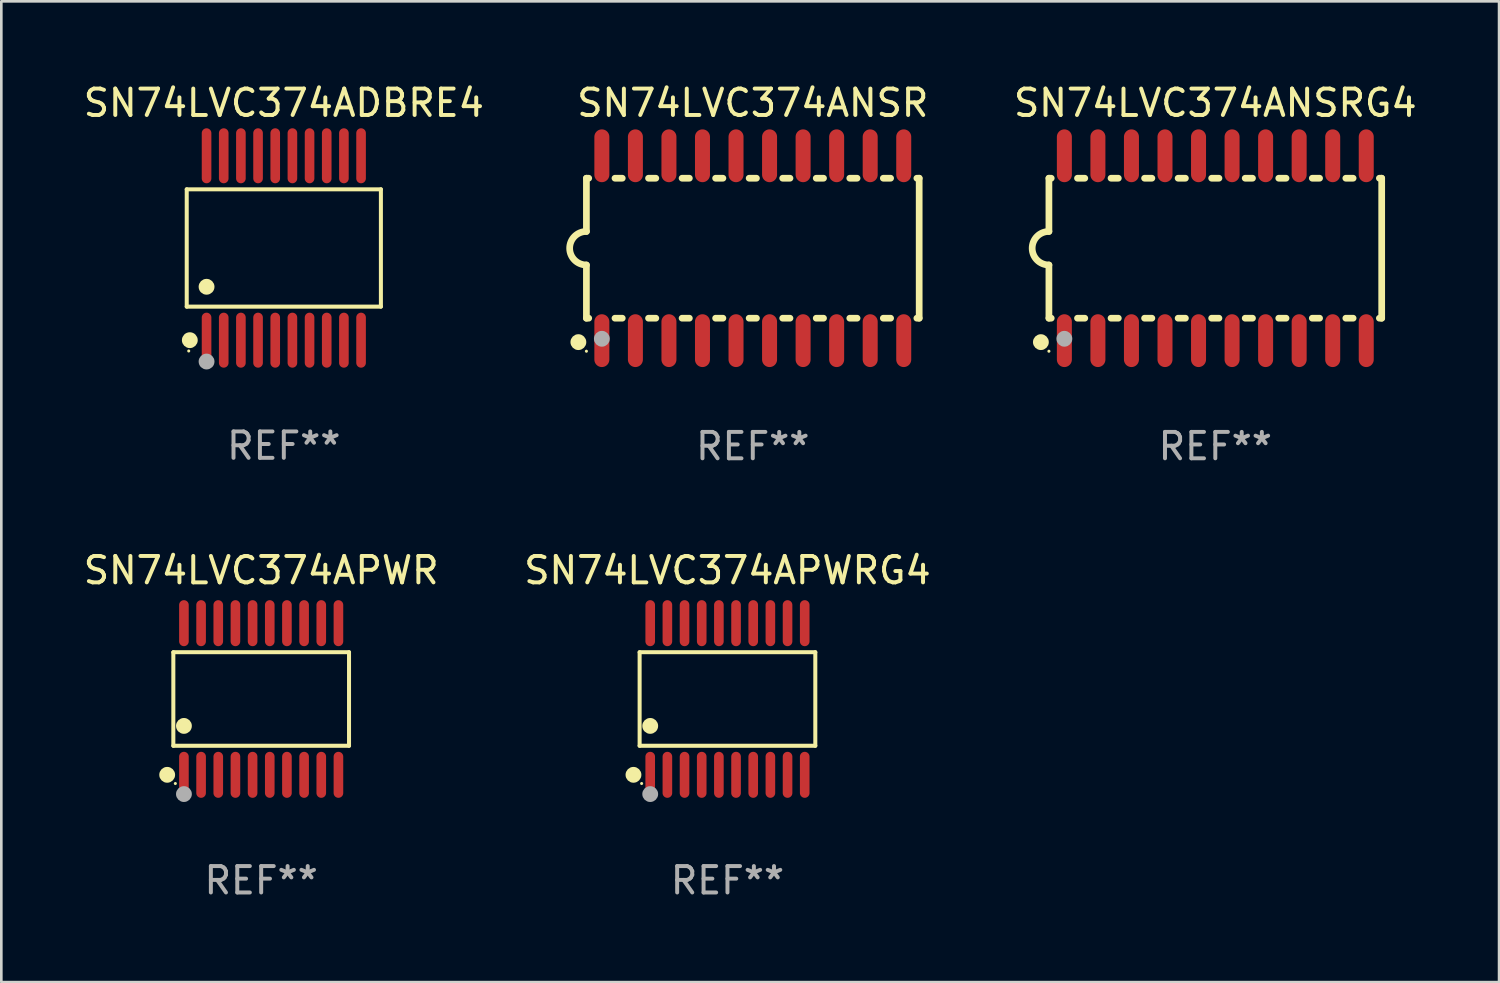
<source format=kicad_pcb>
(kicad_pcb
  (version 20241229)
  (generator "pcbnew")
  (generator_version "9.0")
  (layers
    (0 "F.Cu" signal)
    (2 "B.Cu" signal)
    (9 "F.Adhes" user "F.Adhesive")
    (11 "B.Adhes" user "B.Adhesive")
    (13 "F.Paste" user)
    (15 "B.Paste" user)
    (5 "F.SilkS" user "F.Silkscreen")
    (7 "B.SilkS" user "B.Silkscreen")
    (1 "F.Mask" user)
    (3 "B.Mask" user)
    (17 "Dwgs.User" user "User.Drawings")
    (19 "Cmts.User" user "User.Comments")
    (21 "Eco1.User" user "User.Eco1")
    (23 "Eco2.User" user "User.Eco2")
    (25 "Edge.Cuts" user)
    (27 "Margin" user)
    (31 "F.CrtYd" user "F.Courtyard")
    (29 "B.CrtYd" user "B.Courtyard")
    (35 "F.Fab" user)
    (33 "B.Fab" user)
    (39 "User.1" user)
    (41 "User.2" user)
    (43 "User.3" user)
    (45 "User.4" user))
  (footprint "SN74LVC374ANSR"
    (layer "F.Cu")
    (at 25.453 6.348)
    (property "Reference" "SN74LVC374ANSR" (at 0 -5.5 0) (layer "F.SilkS") (effects (font (size 1 1) (thickness 0.15))))
    (attr through_hole)
    (fp_line (start -6.3 -2.65) (end -6.3 -0.635) (stroke (width 0.254) (type solid)) (layer "F.SilkS"))
    (fp_line (start -6.3 -2.65) (end -6.212 -2.65) (stroke (width 0.254) (type solid)) (layer "F.SilkS"))
    (fp_line (start -6.3 2.65) (end -6.3 0.635) (stroke (width 0.254) (type solid)) (layer "F.SilkS"))
    (fp_line (start -6.3 2.65) (end -6.212 2.65) (stroke (width 0.254) (type solid)) (layer "F.SilkS"))
    (fp_line (start -5.218 -2.65) (end -4.942 -2.65) (stroke (width 0.254) (type solid)) (layer "F.SilkS"))
    (fp_line (start -5.218 2.65) (end -4.942 2.65) (stroke (width 0.254) (type solid)) (layer "F.SilkS"))
    (fp_line (start -3.948 -2.65) (end -3.672 -2.65) (stroke (width 0.254) (type solid)) (layer "F.SilkS"))
    (fp_line (start -3.948 2.65) (end -3.672 2.65) (stroke (width 0.254) (type solid)) (layer "F.SilkS"))
    (fp_line (start -2.678 -2.65) (end -2.402 -2.65) (stroke (width 0.254) (type solid)) (layer "F.SilkS"))
    (fp_line (start -2.678 2.65) (end -2.402 2.65) (stroke (width 0.254) (type solid)) (layer "F.SilkS"))
    (fp_line (start -1.408 -2.65) (end -1.132 -2.65) (stroke (width 0.254) (type solid)) (layer "F.SilkS"))
    (fp_line (start -1.408 2.65) (end -1.132 2.65) (stroke (width 0.254) (type solid)) (layer "F.SilkS"))
    (fp_line (start -0.138 -2.65) (end 0.138 -2.65) (stroke (width 0.254) (type solid)) (layer "F.SilkS"))
    (fp_line (start -0.138 2.65) (end 0.138 2.65) (stroke (width 0.254) (type solid)) (layer "F.SilkS"))
    (fp_line (start 1.132 -2.65) (end 1.408 -2.65) (stroke (width 0.254) (type solid)) (layer "F.SilkS"))
    (fp_line (start 1.132 2.65) (end 1.408 2.65) (stroke (width 0.254) (type solid)) (layer "F.SilkS"))
    (fp_line (start 2.402 -2.65) (end 2.678 -2.65) (stroke (width 0.254) (type solid)) (layer "F.SilkS"))
    (fp_line (start 2.402 2.65) (end 2.678 2.65) (stroke (width 0.254) (type solid)) (layer "F.SilkS"))
    (fp_line (start 3.672 -2.65) (end 3.948 -2.65) (stroke (width 0.254) (type solid)) (layer "F.SilkS"))
    (fp_line (start 3.672 2.65) (end 3.948 2.65) (stroke (width 0.254) (type solid)) (layer "F.SilkS"))
    (fp_line (start 4.942 -2.65) (end 5.218 -2.65) (stroke (width 0.254) (type solid)) (layer "F.SilkS"))
    (fp_line (start 4.942 2.65) (end 5.218 2.65) (stroke (width 0.254) (type solid)) (layer "F.SilkS"))
    (fp_line (start 6.212 -2.65) (end 6.3 -2.65) (stroke (width 0.254) (type solid)) (layer "F.SilkS"))
    (fp_line (start 6.212 2.65) (end 6.3 2.65) (stroke (width 0.254) (type solid)) (layer "F.SilkS"))
    (fp_line (start 6.3 -2.65) (end 6.3 2.65) (stroke (width 0.254) (type solid)) (layer "F.SilkS"))
    (fp_arc (start -6.299975 0.634874) (mid -6.933579 0.000127) (end -6.299213 -0.633858) (stroke (width 0.254001) (type solid)) (layer "F.SilkS"))
    (fp_circle (center -6.604 3.556) (end -6.454 3.556) (stroke (width 0.3) (type solid)) (fill no) (layer "F.SilkS"))
    (fp_circle (center -6.3 3.9) (end -6.27 3.9) (stroke (width 0.06) (type solid)) (fill no) (layer "F.SilkS"))
    (fp_circle (center -5.715 3.429) (end -5.565 3.429) (stroke (width 0.3) (type solid)) (fill no) (layer "F.Fab"))
    (fp_text user "REF**" (at 0 7.5 0) (layer "F.Fab") (effects (font (size 1 1) (thickness 0.15))))
    (pad "1" smd oval (at -5.715 3.5) (size 0.568 2) (layers "F.Cu" "F.Mask" "F.Paste"))
    (pad "2" smd oval (at -4.445 3.5) (size 0.568 2) (layers "F.Cu" "F.Mask" "F.Paste"))
    (pad "3" smd oval (at -3.175 3.5) (size 0.568 2) (layers "F.Cu" "F.Mask" "F.Paste"))
    (pad "4" smd oval (at -1.905 3.5) (size 0.568 2) (layers "F.Cu" "F.Mask" "F.Paste"))
    (pad "5" smd oval (at -0.635 3.5) (size 0.568 2) (layers "F.Cu" "F.Mask" "F.Paste"))
    (pad "6" smd oval (at 0.635 3.5) (size 0.568 2) (layers "F.Cu" "F.Mask" "F.Paste"))
    (pad "7" smd oval (at 1.905 3.5) (size 0.568 2) (layers "F.Cu" "F.Mask" "F.Paste"))
    (pad "8" smd oval (at 3.175 3.5) (size 0.568 2) (layers "F.Cu" "F.Mask" "F.Paste"))
    (pad "9" smd oval (at 4.445 3.5) (size 0.568 2) (layers "F.Cu" "F.Mask" "F.Paste"))
    (pad "10" smd oval (at 5.715 3.5) (size 0.568 2) (layers "F.Cu" "F.Mask" "F.Paste"))
    (pad "11" smd oval (at 5.715 -3.5) (size 0.568 2) (layers "F.Cu" "F.Mask" "F.Paste"))
    (pad "12" smd oval (at 4.445 -3.5) (size 0.568 2) (layers "F.Cu" "F.Mask" "F.Paste"))
    (pad "13" smd oval (at 3.175 -3.5) (size 0.568 2) (layers "F.Cu" "F.Mask" "F.Paste"))
    (pad "14" smd oval (at 1.905 -3.5) (size 0.568 2) (layers "F.Cu" "F.Mask" "F.Paste"))
    (pad "15" smd oval (at 0.635 -3.5) (size 0.568 2) (layers "F.Cu" "F.Mask" "F.Paste"))
    (pad "16" smd oval (at -0.635 -3.5) (size 0.568 2) (layers "F.Cu" "F.Mask" "F.Paste"))
    (pad "17" smd oval (at -1.905 -3.5) (size 0.568 2) (layers "F.Cu" "F.Mask" "F.Paste"))
    (pad "18" smd oval (at -3.175 -3.5) (size 0.568 2) (layers "F.Cu" "F.Mask" "F.Paste"))
    (pad "19" smd oval (at -4.445 -3.5) (size 0.568 2) (layers "F.Cu" "F.Mask" "F.Paste"))
    (pad "20" smd oval (at -5.715 -3.5) (size 0.568 2) (layers "F.Cu" "F.Mask" "F.Paste")))
  (footprint "SN74LVC374APWR"
    (layer "F.Cu")
    (at 6.839 23.416)
    (property "Reference" "SN74LVC374APWR" (at 0 -4.871 0) (layer "F.SilkS") (effects (font (size 1 1) (thickness 0.15))))
    (attr through_hole)
    (fp_line (start -3.326 -1.771) (end 3.326 -1.771) (stroke (width 0.152) (type solid)) (layer "F.SilkS"))
    (fp_line (start -3.326 1.771) (end -3.326 -1.771) (stroke (width 0.152) (type solid)) (layer "F.SilkS"))
    (fp_line (start 3.326 -1.771) (end 3.326 1.771) (stroke (width 0.152) (type solid)) (layer "F.SilkS"))
    (fp_line (start 3.326 1.771) (end -3.326 1.771) (stroke (width 0.152) (type solid)) (layer "F.SilkS"))
    (fp_circle (center -3.559 2.871) (end -3.409 2.871) (stroke (width 0.3) (type solid)) (fill no) (layer "F.SilkS"))
    (fp_circle (center -3.25 3.2) (end -3.22 3.2) (stroke (width 0.06) (type solid)) (fill no) (layer "F.SilkS"))
    (fp_circle (center -2.925 1.019) (end -2.775 1.019) (stroke (width 0.3) (type solid)) (fill no) (layer "F.SilkS"))
    (fp_circle (center -2.925 3.6) (end -2.775 3.6) (stroke (width 0.3) (type solid)) (fill no) (layer "F.Fab"))
    (fp_text user "REF**" (at 0 6.871 0) (layer "F.Fab") (effects (font (size 1 1) (thickness 0.15))))
    (pad "1" smd oval (at -2.925 2.871) (size 0.364 1.742) (layers "F.Cu" "F.Mask" "F.Paste"))
    (pad "2" smd oval (at -2.275 2.871) (size 0.364 1.742) (layers "F.Cu" "F.Mask" "F.Paste"))
    (pad "3" smd oval (at -1.625 2.871) (size 0.364 1.742) (layers "F.Cu" "F.Mask" "F.Paste"))
    (pad "4" smd oval (at -0.975 2.871) (size 0.364 1.742) (layers "F.Cu" "F.Mask" "F.Paste"))
    (pad "5" smd oval (at -0.325 2.871) (size 0.364 1.742) (layers "F.Cu" "F.Mask" "F.Paste"))
    (pad "6" smd oval (at 0.325 2.871) (size 0.364 1.742) (layers "F.Cu" "F.Mask" "F.Paste"))
    (pad "7" smd oval (at 0.975 2.871) (size 0.364 1.742) (layers "F.Cu" "F.Mask" "F.Paste"))
    (pad "8" smd oval (at 1.625 2.871) (size 0.364 1.742) (layers "F.Cu" "F.Mask" "F.Paste"))
    (pad "9" smd oval (at 2.275 2.871) (size 0.364 1.742) (layers "F.Cu" "F.Mask" "F.Paste"))
    (pad "10" smd oval (at 2.925 2.871) (size 0.364 1.742) (layers "F.Cu" "F.Mask" "F.Paste"))
    (pad "11" smd oval (at 2.925 -2.871) (size 0.364 1.742) (layers "F.Cu" "F.Mask" "F.Paste"))
    (pad "12" smd oval (at 2.275 -2.871) (size 0.364 1.742) (layers "F.Cu" "F.Mask" "F.Paste"))
    (pad "13" smd oval (at 1.625 -2.871) (size 0.364 1.742) (layers "F.Cu" "F.Mask" "F.Paste"))
    (pad "14" smd oval (at 0.975 -2.871) (size 0.364 1.742) (layers "F.Cu" "F.Mask" "F.Paste"))
    (pad "15" smd oval (at 0.325 -2.871) (size 0.364 1.742) (layers "F.Cu" "F.Mask" "F.Paste"))
    (pad "16" smd oval (at -0.325 -2.871) (size 0.364 1.742) (layers "F.Cu" "F.Mask" "F.Paste"))
    (pad "17" smd oval (at -0.975 -2.871) (size 0.364 1.742) (layers "F.Cu" "F.Mask" "F.Paste"))
    (pad "18" smd oval (at -1.625 -2.871) (size 0.364 1.742) (layers "F.Cu" "F.Mask" "F.Paste"))
    (pad "19" smd oval (at -2.275 -2.871) (size 0.364 1.742) (layers "F.Cu" "F.Mask" "F.Paste"))
    (pad "20" smd oval (at -2.925 -2.871) (size 0.364 1.742) (layers "F.Cu" "F.Mask" "F.Paste")))
  (footprint "SN74LVC374APWRG4"
    (layer "F.Cu")
    (at 24.494 23.416)
    (property "Reference" "SN74LVC374APWRG4" (at 0 -4.871 0) (layer "F.SilkS") (effects (font (size 1 1) (thickness 0.15))))
    (attr through_hole)
    (fp_line (start -3.326 -1.771) (end 3.326 -1.771) (stroke (width 0.152) (type solid)) (layer "F.SilkS"))
    (fp_line (start -3.326 1.771) (end -3.326 -1.771) (stroke (width 0.152) (type solid)) (layer "F.SilkS"))
    (fp_line (start 3.326 -1.771) (end 3.326 1.771) (stroke (width 0.152) (type solid)) (layer "F.SilkS"))
    (fp_line (start 3.326 1.771) (end -3.326 1.771) (stroke (width 0.152) (type solid)) (layer "F.SilkS"))
    (fp_circle (center -3.559 2.871) (end -3.409 2.871) (stroke (width 0.3) (type solid)) (fill no) (layer "F.SilkS"))
    (fp_circle (center -3.25 3.2) (end -3.22 3.2) (stroke (width 0.06) (type solid)) (fill no) (layer "F.SilkS"))
    (fp_circle (center -2.925 1.019) (end -2.775 1.019) (stroke (width 0.3) (type solid)) (fill no) (layer "F.SilkS"))
    (fp_circle (center -2.925 3.6) (end -2.775 3.6) (stroke (width 0.3) (type solid)) (fill no) (layer "F.Fab"))
    (fp_text user "REF**" (at 0 6.871 0) (layer "F.Fab") (effects (font (size 1 1) (thickness 0.15))))
    (pad "1" smd oval (at -2.925 2.871) (size 0.364 1.742) (layers "F.Cu" "F.Mask" "F.Paste"))
    (pad "2" smd oval (at -2.275 2.871) (size 0.364 1.742) (layers "F.Cu" "F.Mask" "F.Paste"))
    (pad "3" smd oval (at -1.625 2.871) (size 0.364 1.742) (layers "F.Cu" "F.Mask" "F.Paste"))
    (pad "4" smd oval (at -0.975 2.871) (size 0.364 1.742) (layers "F.Cu" "F.Mask" "F.Paste"))
    (pad "5" smd oval (at -0.325 2.871) (size 0.364 1.742) (layers "F.Cu" "F.Mask" "F.Paste"))
    (pad "6" smd oval (at 0.325 2.871) (size 0.364 1.742) (layers "F.Cu" "F.Mask" "F.Paste"))
    (pad "7" smd oval (at 0.975 2.871) (size 0.364 1.742) (layers "F.Cu" "F.Mask" "F.Paste"))
    (pad "8" smd oval (at 1.625 2.871) (size 0.364 1.742) (layers "F.Cu" "F.Mask" "F.Paste"))
    (pad "9" smd oval (at 2.275 2.871) (size 0.364 1.742) (layers "F.Cu" "F.Mask" "F.Paste"))
    (pad "10" smd oval (at 2.925 2.871) (size 0.364 1.742) (layers "F.Cu" "F.Mask" "F.Paste"))
    (pad "11" smd oval (at 2.925 -2.871) (size 0.364 1.742) (layers "F.Cu" "F.Mask" "F.Paste"))
    (pad "12" smd oval (at 2.275 -2.871) (size 0.364 1.742) (layers "F.Cu" "F.Mask" "F.Paste"))
    (pad "13" smd oval (at 1.625 -2.871) (size 0.364 1.742) (layers "F.Cu" "F.Mask" "F.Paste"))
    (pad "14" smd oval (at 0.975 -2.871) (size 0.364 1.742) (layers "F.Cu" "F.Mask" "F.Paste"))
    (pad "15" smd oval (at 0.325 -2.871) (size 0.364 1.742) (layers "F.Cu" "F.Mask" "F.Paste"))
    (pad "16" smd oval (at -0.325 -2.871) (size 0.364 1.742) (layers "F.Cu" "F.Mask" "F.Paste"))
    (pad "17" smd oval (at -0.975 -2.871) (size 0.364 1.742) (layers "F.Cu" "F.Mask" "F.Paste"))
    (pad "18" smd oval (at -1.625 -2.871) (size 0.364 1.742) (layers "F.Cu" "F.Mask" "F.Paste"))
    (pad "19" smd oval (at -2.275 -2.871) (size 0.364 1.742) (layers "F.Cu" "F.Mask" "F.Paste"))
    (pad "20" smd oval (at -2.925 -2.871) (size 0.364 1.742) (layers "F.Cu" "F.Mask" "F.Paste")))
  (footprint "SN74LVC374ADBRE4"
    (layer "F.Cu")
    (at 7.696 6.339)
    (property "Reference" "SN74LVC374ADBRE4" (at 0 -5.491 0) (layer "F.SilkS") (effects (font (size 1 1) (thickness 0.15))))
    (attr through_hole)
    (fp_line (start -3.676 -2.221) (end 3.676 -2.221) (stroke (width 0.152) (type solid)) (layer "F.SilkS"))
    (fp_line (start -3.676 2.221) (end -3.676 -2.221) (stroke (width 0.152) (type solid)) (layer "F.SilkS"))
    (fp_line (start 3.676 -2.221) (end 3.676 2.221) (stroke (width 0.152) (type solid)) (layer "F.SilkS"))
    (fp_line (start 3.676 2.221) (end -3.676 2.221) (stroke (width 0.152) (type solid)) (layer "F.SilkS"))
    (fp_circle (center -3.6 3.9) (end -3.57 3.9) (stroke (width 0.06) (type solid)) (fill no) (layer "F.SilkS"))
    (fp_circle (center -3.559 3.491) (end -3.409 3.491) (stroke (width 0.3) (type solid)) (fill no) (layer "F.SilkS"))
    (fp_circle (center -2.925 1.469) (end -2.775 1.469) (stroke (width 0.3) (type solid)) (fill no) (layer "F.SilkS"))
    (fp_circle (center -2.925 4.3) (end -2.775 4.3) (stroke (width 0.3) (type solid)) (fill no) (layer "F.Fab"))
    (fp_text user "REF**" (at 0 7.491 0) (layer "F.Fab") (effects (font (size 1 1) (thickness 0.15))))
    (pad "1" smd oval (at -2.925 3.491) (size 0.364 2.082) (layers "F.Cu" "F.Mask" "F.Paste"))
    (pad "2" smd oval (at -2.275 3.491) (size 0.364 2.082) (layers "F.Cu" "F.Mask" "F.Paste"))
    (pad "3" smd oval (at -1.625 3.491) (size 0.364 2.082) (layers "F.Cu" "F.Mask" "F.Paste"))
    (pad "4" smd oval (at -0.975 3.491) (size 0.364 2.082) (layers "F.Cu" "F.Mask" "F.Paste"))
    (pad "5" smd oval (at -0.325 3.491) (size 0.364 2.082) (layers "F.Cu" "F.Mask" "F.Paste"))
    (pad "6" smd oval (at 0.325 3.491) (size 0.364 2.082) (layers "F.Cu" "F.Mask" "F.Paste"))
    (pad "7" smd oval (at 0.975 3.491) (size 0.364 2.082) (layers "F.Cu" "F.Mask" "F.Paste"))
    (pad "8" smd oval (at 1.625 3.491) (size 0.364 2.082) (layers "F.Cu" "F.Mask" "F.Paste"))
    (pad "9" smd oval (at 2.275 3.491) (size 0.364 2.082) (layers "F.Cu" "F.Mask" "F.Paste"))
    (pad "10" smd oval (at 2.925 3.491) (size 0.364 2.082) (layers "F.Cu" "F.Mask" "F.Paste"))
    (pad "11" smd oval (at 2.925 -3.491) (size 0.364 2.082) (layers "F.Cu" "F.Mask" "F.Paste"))
    (pad "12" smd oval (at 2.275 -3.491) (size 0.364 2.082) (layers "F.Cu" "F.Mask" "F.Paste"))
    (pad "13" smd oval (at 1.625 -3.491) (size 0.364 2.082) (layers "F.Cu" "F.Mask" "F.Paste"))
    (pad "14" smd oval (at 0.975 -3.491) (size 0.364 2.082) (layers "F.Cu" "F.Mask" "F.Paste"))
    (pad "15" smd oval (at 0.325 -3.491) (size 0.364 2.082) (layers "F.Cu" "F.Mask" "F.Paste"))
    (pad "16" smd oval (at -0.325 -3.491) (size 0.364 2.082) (layers "F.Cu" "F.Mask" "F.Paste"))
    (pad "17" smd oval (at -0.975 -3.491) (size 0.364 2.082) (layers "F.Cu" "F.Mask" "F.Paste"))
    (pad "18" smd oval (at -1.625 -3.491) (size 0.364 2.082) (layers "F.Cu" "F.Mask" "F.Paste"))
    (pad "19" smd oval (at -2.275 -3.491) (size 0.364 2.082) (layers "F.Cu" "F.Mask" "F.Paste"))
    (pad "20" smd oval (at -2.925 -3.491) (size 0.364 2.082) (layers "F.Cu" "F.Mask" "F.Paste")))
  (footprint "SN74LVC374ANSRG4"
    (layer "F.Cu")
    (at 42.965 6.348)
    (property "Reference" "SN74LVC374ANSRG4" (at 0 -5.5 0) (layer "F.SilkS") (effects (font (size 1 1) (thickness 0.15))))
    (attr through_hole)
    (fp_line (start -6.3 -2.65) (end -6.3 -0.635) (stroke (width 0.254) (type solid)) (layer "F.SilkS"))
    (fp_line (start -6.3 -2.65) (end -6.212 -2.65) (stroke (width 0.254) (type solid)) (layer "F.SilkS"))
    (fp_line (start -6.3 2.65) (end -6.3 0.635) (stroke (width 0.254) (type solid)) (layer "F.SilkS"))
    (fp_line (start -6.3 2.65) (end -6.212 2.65) (stroke (width 0.254) (type solid)) (layer "F.SilkS"))
    (fp_line (start -5.218 -2.65) (end -4.942 -2.65) (stroke (width 0.254) (type solid)) (layer "F.SilkS"))
    (fp_line (start -5.218 2.65) (end -4.942 2.65) (stroke (width 0.254) (type solid)) (layer "F.SilkS"))
    (fp_line (start -3.948 -2.65) (end -3.672 -2.65) (stroke (width 0.254) (type solid)) (layer "F.SilkS"))
    (fp_line (start -3.948 2.65) (end -3.672 2.65) (stroke (width 0.254) (type solid)) (layer "F.SilkS"))
    (fp_line (start -2.678 -2.65) (end -2.402 -2.65) (stroke (width 0.254) (type solid)) (layer "F.SilkS"))
    (fp_line (start -2.678 2.65) (end -2.402 2.65) (stroke (width 0.254) (type solid)) (layer "F.SilkS"))
    (fp_line (start -1.408 -2.65) (end -1.132 -2.65) (stroke (width 0.254) (type solid)) (layer "F.SilkS"))
    (fp_line (start -1.408 2.65) (end -1.132 2.65) (stroke (width 0.254) (type solid)) (layer "F.SilkS"))
    (fp_line (start -0.138 -2.65) (end 0.138 -2.65) (stroke (width 0.254) (type solid)) (layer "F.SilkS"))
    (fp_line (start -0.138 2.65) (end 0.138 2.65) (stroke (width 0.254) (type solid)) (layer "F.SilkS"))
    (fp_line (start 1.132 -2.65) (end 1.408 -2.65) (stroke (width 0.254) (type solid)) (layer "F.SilkS"))
    (fp_line (start 1.132 2.65) (end 1.408 2.65) (stroke (width 0.254) (type solid)) (layer "F.SilkS"))
    (fp_line (start 2.402 -2.65) (end 2.678 -2.65) (stroke (width 0.254) (type solid)) (layer "F.SilkS"))
    (fp_line (start 2.402 2.65) (end 2.678 2.65) (stroke (width 0.254) (type solid)) (layer "F.SilkS"))
    (fp_line (start 3.672 -2.65) (end 3.948 -2.65) (stroke (width 0.254) (type solid)) (layer "F.SilkS"))
    (fp_line (start 3.672 2.65) (end 3.948 2.65) (stroke (width 0.254) (type solid)) (layer "F.SilkS"))
    (fp_line (start 4.942 -2.65) (end 5.218 -2.65) (stroke (width 0.254) (type solid)) (layer "F.SilkS"))
    (fp_line (start 4.942 2.65) (end 5.218 2.65) (stroke (width 0.254) (type solid)) (layer "F.SilkS"))
    (fp_line (start 6.212 -2.65) (end 6.3 -2.65) (stroke (width 0.254) (type solid)) (layer "F.SilkS"))
    (fp_line (start 6.212 2.65) (end 6.3 2.65) (stroke (width 0.254) (type solid)) (layer "F.SilkS"))
    (fp_line (start 6.3 -2.65) (end 6.3 2.65) (stroke (width 0.254) (type solid)) (layer "F.SilkS"))
    (fp_arc (start -6.299975 0.634874) (mid -6.933579 0.000127) (end -6.299213 -0.633858) (stroke (width 0.254001) (type solid)) (layer "F.SilkS"))
    (fp_circle (center -6.604 3.556) (end -6.454 3.556) (stroke (width 0.3) (type solid)) (fill no) (layer "F.SilkS"))
    (fp_circle (center -6.3 3.9) (end -6.27 3.9) (stroke (width 0.06) (type solid)) (fill no) (layer "F.SilkS"))
    (fp_circle (center -5.715 3.429) (end -5.565 3.429) (stroke (width 0.3) (type solid)) (fill no) (layer "F.Fab"))
    (fp_text user "REF**" (at 0 7.5 0) (layer "F.Fab") (effects (font (size 1 1) (thickness 0.15))))
    (pad "1" smd oval (at -5.715 3.5) (size 0.568 2) (layers "F.Cu" "F.Mask" "F.Paste"))
    (pad "2" smd oval (at -4.445 3.5) (size 0.568 2) (layers "F.Cu" "F.Mask" "F.Paste"))
    (pad "3" smd oval (at -3.175 3.5) (size 0.568 2) (layers "F.Cu" "F.Mask" "F.Paste"))
    (pad "4" smd oval (at -1.905 3.5) (size 0.568 2) (layers "F.Cu" "F.Mask" "F.Paste"))
    (pad "5" smd oval (at -0.635 3.5) (size 0.568 2) (layers "F.Cu" "F.Mask" "F.Paste"))
    (pad "6" smd oval (at 0.635 3.5) (size 0.568 2) (layers "F.Cu" "F.Mask" "F.Paste"))
    (pad "7" smd oval (at 1.905 3.5) (size 0.568 2) (layers "F.Cu" "F.Mask" "F.Paste"))
    (pad "8" smd oval (at 3.175 3.5) (size 0.568 2) (layers "F.Cu" "F.Mask" "F.Paste"))
    (pad "9" smd oval (at 4.445 3.5) (size 0.568 2) (layers "F.Cu" "F.Mask" "F.Paste"))
    (pad "10" smd oval (at 5.715 3.5) (size 0.568 2) (layers "F.Cu" "F.Mask" "F.Paste"))
    (pad "11" smd oval (at 5.715 -3.5) (size 0.568 2) (layers "F.Cu" "F.Mask" "F.Paste"))
    (pad "12" smd oval (at 4.445 -3.5) (size 0.568 2) (layers "F.Cu" "F.Mask" "F.Paste"))
    (pad "13" smd oval (at 3.175 -3.5) (size 0.568 2) (layers "F.Cu" "F.Mask" "F.Paste"))
    (pad "14" smd oval (at 1.905 -3.5) (size 0.568 2) (layers "F.Cu" "F.Mask" "F.Paste"))
    (pad "15" smd oval (at 0.635 -3.5) (size 0.568 2) (layers "F.Cu" "F.Mask" "F.Paste"))
    (pad "16" smd oval (at -0.635 -3.5) (size 0.568 2) (layers "F.Cu" "F.Mask" "F.Paste"))
    (pad "17" smd oval (at -1.905 -3.5) (size 0.568 2) (layers "F.Cu" "F.Mask" "F.Paste"))
    (pad "18" smd oval (at -3.175 -3.5) (size 0.568 2) (layers "F.Cu" "F.Mask" "F.Paste"))
    (pad "19" smd oval (at -4.445 -3.5) (size 0.568 2) (layers "F.Cu" "F.Mask" "F.Paste"))
    (pad "20" smd oval (at -5.715 -3.5) (size 0.568 2) (layers "F.Cu" "F.Mask" "F.Paste")))
  (gr_rect
    (start -3 -3)
    (end 53.709 34.135)
    (stroke (width 0.1) (type default))
    (fill no)
    (layer "Edge.Cuts")))
</source>
